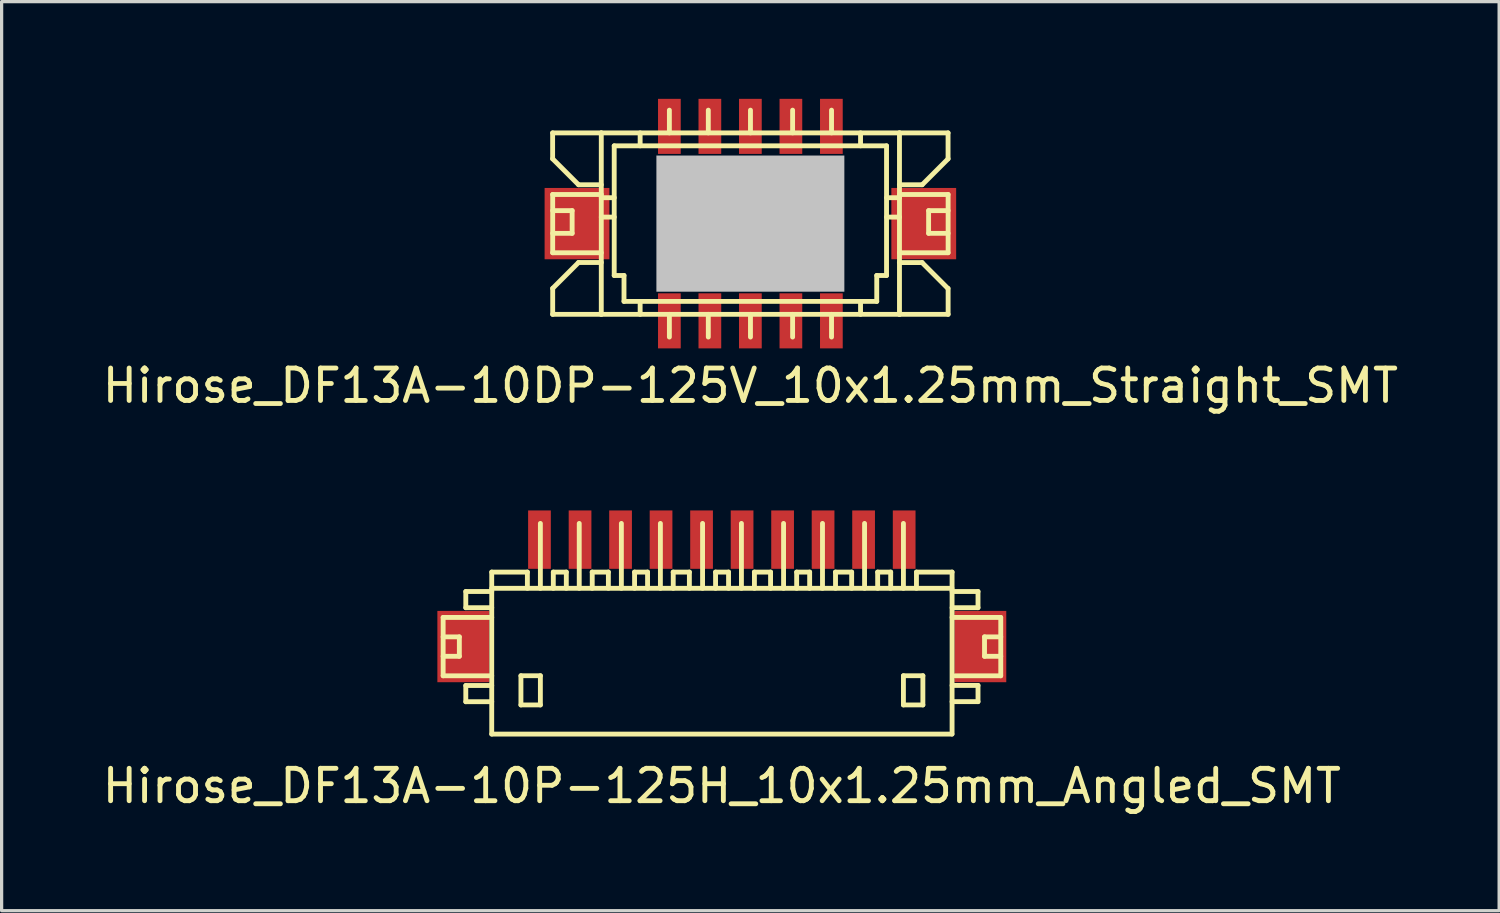
<source format=kicad_pcb>
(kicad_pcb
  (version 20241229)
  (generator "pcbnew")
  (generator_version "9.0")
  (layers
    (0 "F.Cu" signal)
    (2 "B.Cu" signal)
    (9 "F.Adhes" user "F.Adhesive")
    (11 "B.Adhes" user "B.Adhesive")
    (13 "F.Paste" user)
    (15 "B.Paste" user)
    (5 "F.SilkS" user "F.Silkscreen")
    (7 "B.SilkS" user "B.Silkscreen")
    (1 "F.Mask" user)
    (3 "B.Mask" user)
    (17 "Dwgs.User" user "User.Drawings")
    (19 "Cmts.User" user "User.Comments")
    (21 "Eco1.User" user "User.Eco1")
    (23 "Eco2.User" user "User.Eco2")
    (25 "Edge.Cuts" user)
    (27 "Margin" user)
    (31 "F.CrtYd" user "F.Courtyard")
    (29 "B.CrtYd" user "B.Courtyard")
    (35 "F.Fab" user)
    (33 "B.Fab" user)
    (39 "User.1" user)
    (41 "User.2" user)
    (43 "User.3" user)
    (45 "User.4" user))
  (footprint "Hirose_DF13A-10P-125H_10x1.25mm_Angled_SMT"
    (layer "F.Cu")
    (at 19.22 17.099)
    (property "Reference" "Hirose_DF13A-10P-125H_10x1.25mm_Angled_SMT" (at 0 4.1 0) (layer "F.SilkS") (effects (font (size 1 1) (thickness 0.15))))
    (attr smd)
    (fp_line (start -8.598 -1.1) (end -8.598 0.701) (stroke (width 0.15) (type solid)) (layer "F.SilkS"))
    (fp_line (start -8.598 0.701) (end -7.099 0.701) (stroke (width 0.15) (type solid)) (layer "F.SilkS"))
    (fp_line (start -8.098 -0.5) (end -8.598 -0.5) (stroke (width 0.15) (type solid)) (layer "F.SilkS"))
    (fp_line (start -8.098 0.099) (end -8.598 0.099) (stroke (width 0.15) (type solid)) (layer "F.SilkS"))
    (fp_line (start -8.098 0.099) (end -8.098 -0.5) (stroke (width 0.15) (type solid)) (layer "F.SilkS"))
    (fp_line (start -7.899 -1.9) (end -7.899 -1.4) (stroke (width 0.15) (type solid)) (layer "F.SilkS"))
    (fp_line (start -7.899 -1.9) (end -7.099 -1.9) (stroke (width 0.15) (type solid)) (layer "F.SilkS"))
    (fp_line (start -7.899 1.001) (end -7.899 1.501) (stroke (width 0.15) (type solid)) (layer "F.SilkS"))
    (fp_line (start -7.899 1.501) (end -7.099 1.501) (stroke (width 0.15) (type solid)) (layer "F.SilkS"))
    (fp_line (start -7.099 -1.999) (end 7.099 -1.999) (stroke (width 0.15) (type solid)) (layer "F.SilkS"))
    (fp_line (start -7.099 -1.4) (end -7.899 -1.4) (stroke (width 0.15) (type solid)) (layer "F.SilkS"))
    (fp_line (start -7.099 -1.1) (end -8.598 -1.1) (stroke (width 0.15) (type solid)) (layer "F.SilkS"))
    (fp_line (start -7.099 1.001) (end -7.899 1.001) (stroke (width 0.15) (type solid)) (layer "F.SilkS"))
    (fp_line (start -7.099 2.499) (end -7.099 -2.499) (stroke (width 0.15) (type solid)) (layer "F.SilkS"))
    (fp_line (start -7.099 2.499) (end 7.099 2.499) (stroke (width 0.15) (type solid)) (layer "F.SilkS"))
    (fp_line (start -6.198 0.699) (end -6.198 1.6) (stroke (width 0.15) (type solid)) (layer "F.SilkS"))
    (fp_line (start -6.198 1.6) (end -5.598 1.6) (stroke (width 0.15) (type solid)) (layer "F.SilkS"))
    (fp_line (start -5.999 -2.499) (end -7.099 -2.499) (stroke (width 0.15) (type solid)) (layer "F.SilkS"))
    (fp_line (start -5.999 -2.499) (end -5.999 -1.999) (stroke (width 0.15) (type solid)) (layer "F.SilkS"))
    (fp_line (start -5.598 -4) (end -5.598 -1.999) (stroke (width 0.15) (type solid)) (layer "F.SilkS"))
    (fp_line (start -5.598 0.699) (end -6.198 0.699) (stroke (width 0.15) (type solid)) (layer "F.SilkS"))
    (fp_line (start -5.598 1.6) (end -5.598 0.699) (stroke (width 0.15) (type solid)) (layer "F.SilkS"))
    (fp_line (start -5.199 -2.499) (end -5.199 -1.999) (stroke (width 0.15) (type solid)) (layer "F.SilkS"))
    (fp_line (start -4.798 -2.499) (end -5.199 -2.499) (stroke (width 0.15) (type solid)) (layer "F.SilkS"))
    (fp_line (start -4.798 -2.499) (end -4.798 -1.999) (stroke (width 0.15) (type solid)) (layer "F.SilkS"))
    (fp_line (start -4.399 -1.999) (end -4.399 -4) (stroke (width 0.15) (type solid)) (layer "F.SilkS"))
    (fp_line (start -4 -2.499) (end -3.5 -2.499) (stroke (width 0.15) (type solid)) (layer "F.SilkS"))
    (fp_line (start -3.998 -1.999) (end -3.998 -2.499) (stroke (width 0.15) (type solid)) (layer "F.SilkS"))
    (fp_line (start -3.5 -2.499) (end -3.5 -1.999) (stroke (width 0.15) (type solid)) (layer "F.SilkS"))
    (fp_line (start -3.099 -1.999) (end -3.099 -4) (stroke (width 0.15) (type solid)) (layer "F.SilkS"))
    (fp_line (start -2.692 -2.499) (end -2.692 -1.999) (stroke (width 0.15) (type solid)) (layer "F.SilkS"))
    (fp_line (start -2.291 -2.499) (end -2.692 -2.499) (stroke (width 0.15) (type solid)) (layer "F.SilkS"))
    (fp_line (start -2.291 -2.499) (end -2.291 -1.999) (stroke (width 0.15) (type solid)) (layer "F.SilkS"))
    (fp_line (start -1.895 -1.999) (end -1.895 -4) (stroke (width 0.15) (type solid)) (layer "F.SilkS"))
    (fp_line (start -1.501 -2.499) (end -1.001 -2.499) (stroke (width 0.15) (type solid)) (layer "F.SilkS"))
    (fp_line (start -1.499 -1.999) (end -1.499 -2.499) (stroke (width 0.15) (type solid)) (layer "F.SilkS"))
    (fp_line (start -1.001 -2.499) (end -1.001 -1.999) (stroke (width 0.15) (type solid)) (layer "F.SilkS"))
    (fp_line (start -0.594 -1.999) (end -0.594 -4) (stroke (width 0.15) (type solid)) (layer "F.SilkS"))
    (fp_line (start -0.193 -2.499) (end -0.193 -1.999) (stroke (width 0.15) (type solid)) (layer "F.SilkS"))
    (fp_line (start 0.208 -2.499) (end -0.193 -2.499) (stroke (width 0.15) (type solid)) (layer "F.SilkS"))
    (fp_line (start 0.208 -2.499) (end 0.208 -1.999) (stroke (width 0.15) (type solid)) (layer "F.SilkS"))
    (fp_line (start 0.605 -1.999) (end 0.605 -4) (stroke (width 0.15) (type solid)) (layer "F.SilkS"))
    (fp_line (start 1.003 -2.499) (end 1.504 -2.499) (stroke (width 0.15) (type solid)) (layer "F.SilkS"))
    (fp_line (start 1.006 -1.999) (end 1.006 -2.499) (stroke (width 0.15) (type solid)) (layer "F.SilkS"))
    (fp_line (start 1.504 -2.499) (end 1.504 -1.999) (stroke (width 0.15) (type solid)) (layer "F.SilkS"))
    (fp_line (start 1.905 -1.999) (end 1.905 -4) (stroke (width 0.15) (type solid)) (layer "F.SilkS"))
    (fp_line (start 2.309 -2.499) (end 2.309 -1.999) (stroke (width 0.15) (type solid)) (layer "F.SilkS"))
    (fp_line (start 2.71 -2.499) (end 2.309 -2.499) (stroke (width 0.15) (type solid)) (layer "F.SilkS"))
    (fp_line (start 2.71 -2.499) (end 2.71 -1.999) (stroke (width 0.15) (type solid)) (layer "F.SilkS"))
    (fp_line (start 3.106 -1.999) (end 3.106 -4) (stroke (width 0.15) (type solid)) (layer "F.SilkS"))
    (fp_line (start 3.505 -2.499) (end 4.006 -2.499) (stroke (width 0.15) (type solid)) (layer "F.SilkS"))
    (fp_line (start 3.508 -1.999) (end 3.508 -2.499) (stroke (width 0.15) (type solid)) (layer "F.SilkS"))
    (fp_line (start 4.006 -2.499) (end 4.006 -1.999) (stroke (width 0.15) (type solid)) (layer "F.SilkS"))
    (fp_line (start 4.404 -1.999) (end 4.404 -4) (stroke (width 0.15) (type solid)) (layer "F.SilkS"))
    (fp_line (start 4.808 -2.499) (end 4.808 -1.999) (stroke (width 0.15) (type solid)) (layer "F.SilkS"))
    (fp_line (start 5.21 -2.499) (end 4.808 -2.499) (stroke (width 0.15) (type solid)) (layer "F.SilkS"))
    (fp_line (start 5.21 -2.499) (end 5.21 -1.999) (stroke (width 0.15) (type solid)) (layer "F.SilkS"))
    (fp_line (start 5.603 -1.999) (end 5.603 -4) (stroke (width 0.15) (type solid)) (layer "F.SilkS"))
    (fp_line (start 5.603 0.699) (end 6.203 0.699) (stroke (width 0.15) (type solid)) (layer "F.SilkS"))
    (fp_line (start 5.603 1.6) (end 5.603 0.699) (stroke (width 0.15) (type solid)) (layer "F.SilkS"))
    (fp_line (start 6.005 -2.499) (end 6.005 -1.999) (stroke (width 0.15) (type solid)) (layer "F.SilkS"))
    (fp_line (start 6.203 0.699) (end 6.203 1.6) (stroke (width 0.15) (type solid)) (layer "F.SilkS"))
    (fp_line (start 6.203 1.6) (end 5.603 1.6) (stroke (width 0.15) (type solid)) (layer "F.SilkS"))
    (fp_line (start 7.104 -2.499) (end 6.005 -2.499) (stroke (width 0.15) (type solid)) (layer "F.SilkS"))
    (fp_line (start 7.104 -2.499) (end 7.104 2.499) (stroke (width 0.15) (type solid)) (layer "F.SilkS"))
    (fp_line (start 7.104 -1.9) (end 7.904 -1.9) (stroke (width 0.15) (type solid)) (layer "F.SilkS"))
    (fp_line (start 7.104 0.998) (end 7.904 0.998) (stroke (width 0.15) (type solid)) (layer "F.SilkS"))
    (fp_line (start 7.904 -1.9) (end 7.904 -1.4) (stroke (width 0.15) (type solid)) (layer "F.SilkS"))
    (fp_line (start 7.904 -1.4) (end 7.104 -1.4) (stroke (width 0.15) (type solid)) (layer "F.SilkS"))
    (fp_line (start 7.904 0.998) (end 7.904 1.499) (stroke (width 0.15) (type solid)) (layer "F.SilkS"))
    (fp_line (start 7.904 1.499) (end 7.104 1.499) (stroke (width 0.15) (type solid)) (layer "F.SilkS"))
    (fp_line (start 8.105 0.099) (end 8.105 -0.5) (stroke (width 0.15) (type solid)) (layer "F.SilkS"))
    (fp_line (start 8.603 -1.1) (end 7.104 -1.1) (stroke (width 0.15) (type solid)) (layer "F.SilkS"))
    (fp_line (start 8.603 0.701) (end 7.203 0.701) (stroke (width 0.15) (type solid)) (layer "F.SilkS"))
    (fp_line (start 8.606 -1.1) (end 8.606 0.701) (stroke (width 0.15) (type solid)) (layer "F.SilkS"))
    (fp_line (start 8.606 -0.5) (end 8.105 -0.5) (stroke (width 0.15) (type solid)) (layer "F.SilkS"))
    (fp_line (start 8.606 0.099) (end 8.105 0.099) (stroke (width 0.15) (type solid)) (layer "F.SilkS"))
    (pad "" smd rect (at -7.976 -0.201) (size 1.6 2.2) (layers "F.Cu" "F.Mask" "F.Paste"))
    (pad "" smd rect (at 7.976 -0.201) (size 1.6 2.2) (layers "F.Cu" "F.Mask" "F.Paste"))
    (pad "1" smd rect (at 5.626 -3.5) (size 0.701 1.801) (layers "F.Cu" "F.Mask" "F.Paste"))
    (pad "2" smd rect (at 4.374 -3.5) (size 0.701 1.801) (layers "F.Cu" "F.Mask" "F.Paste"))
    (pad "3" smd rect (at 3.124 -3.5) (size 0.701 1.801) (layers "F.Cu" "F.Mask" "F.Paste"))
    (pad "4" smd rect (at 1.875 -3.5) (size 0.701 1.801) (layers "F.Cu" "F.Mask" "F.Paste"))
    (pad "5" smd rect (at 0.625 -3.5) (size 0.701 1.801) (layers "F.Cu" "F.Mask" "F.Paste"))
    (pad "6" smd rect (at -0.625 -3.5) (size 0.701 1.801) (layers "F.Cu" "F.Mask" "F.Paste"))
    (pad "7" smd rect (at -1.875 -3.5) (size 0.701 1.801) (layers "F.Cu" "F.Mask" "F.Paste"))
    (pad "8" smd rect (at -3.124 -3.5) (size 0.701 1.801) (layers "F.Cu" "F.Mask" "F.Paste"))
    (pad "9" smd rect (at -4.374 -3.5) (size 0.701 1.801) (layers "F.Cu" "F.Mask" "F.Paste"))
    (pad "10" smd rect (at -5.626 -3.5) (size 0.701 1.801) (layers "F.Cu" "F.Mask" "F.Paste")))
  (footprint "Hirose_DF13A-10DP-125V_10x1.25mm_Straight_SMT"
    (layer "F.Cu")
    (at 20.101 3.849)
    (property "Reference" "Hirose_DF13A-10DP-125V_10x1.25mm_Straight_SMT" (at 0 5.001 0) (layer "F.SilkS") (effects (font (size 1 1) (thickness 0.15))))
    (attr smd)
    (fp_line (start -6.101 -2.799) (end -6.101 -1.999) (stroke (width 0.15) (type solid)) (layer "F.SilkS"))
    (fp_line (start -6.101 -1.999) (end -5.301 -1.199) (stroke (width 0.15) (type solid)) (layer "F.SilkS"))
    (fp_line (start -6.101 -0.899) (end -4.6 -0.899) (stroke (width 0.15) (type solid)) (layer "F.SilkS"))
    (fp_line (start -6.101 0.899) (end -4.6 0.899) (stroke (width 0.15) (type solid)) (layer "F.SilkS"))
    (fp_line (start -6.101 2.799) (end -4.6 2.799) (stroke (width 0.15) (type solid)) (layer "F.SilkS"))
    (fp_line (start -6.099 -0.401) (end -5.499 -0.401) (stroke (width 0.15) (type solid)) (layer "F.SilkS"))
    (fp_line (start -6.099 0.899) (end -6.099 -0.899) (stroke (width 0.15) (type solid)) (layer "F.SilkS"))
    (fp_line (start -6.099 2.799) (end -6.099 1.999) (stroke (width 0.15) (type solid)) (layer "F.SilkS"))
    (fp_line (start -5.499 -0.401) (end -5.499 0.3) (stroke (width 0.15) (type solid)) (layer "F.SilkS"))
    (fp_line (start -5.499 0.3) (end -6.099 0.3) (stroke (width 0.15) (type solid)) (layer "F.SilkS"))
    (fp_line (start -5.301 -1.199) (end -4.6 -1.199) (stroke (width 0.15) (type solid)) (layer "F.SilkS"))
    (fp_line (start -5.301 1.199) (end -6.101 1.999) (stroke (width 0.15) (type solid)) (layer "F.SilkS"))
    (fp_line (start -4.6 -2.799) (end -6.101 -2.799) (stroke (width 0.15) (type solid)) (layer "F.SilkS"))
    (fp_line (start -4.6 -2.799) (end -4.6 2.799) (stroke (width 0.15) (type solid)) (layer "F.SilkS"))
    (fp_line (start -4.6 -0.8) (end -4.199 -0.8) (stroke (width 0.15) (type solid)) (layer "F.SilkS"))
    (fp_line (start -4.6 -0.201) (end -4.199 -0.201) (stroke (width 0.15) (type solid)) (layer "F.SilkS"))
    (fp_line (start -4.6 1.199) (end -5.301 1.199) (stroke (width 0.15) (type solid)) (layer "F.SilkS"))
    (fp_line (start -4.6 2.799) (end 4.6 2.799) (stroke (width 0.15) (type solid)) (layer "F.SilkS"))
    (fp_line (start -4.201 -2.4) (end 4.201 -2.4) (stroke (width 0.15) (type solid)) (layer "F.SilkS"))
    (fp_line (start -4.201 1.6) (end -4.201 -2.4) (stroke (width 0.15) (type solid)) (layer "F.SilkS"))
    (fp_line (start -3.899 1.6) (end -4.201 1.6) (stroke (width 0.15) (type solid)) (layer "F.SilkS"))
    (fp_line (start -3.899 2.4) (end -3.899 1.6) (stroke (width 0.15) (type solid)) (layer "F.SilkS"))
    (fp_line (start -3.401 -2.799) (end -3.401 -2.4) (stroke (width 0.15) (type solid)) (layer "F.SilkS"))
    (fp_line (start -3.401 2.4) (end -3.401 2.799) (stroke (width 0.15) (type solid)) (layer "F.SilkS"))
    (fp_line (start -2.598 -0.701) (end -2.598 -0.5) (stroke (width 0.15) (type solid)) (layer "F.SilkS"))
    (fp_line (start -2.598 -0.5) (end -2.398 -0.5) (stroke (width 0.15) (type solid)) (layer "F.SilkS"))
    (fp_line (start -2.598 0.498) (end -2.598 0.699) (stroke (width 0.15) (type solid)) (layer "F.SilkS"))
    (fp_line (start -2.598 0.699) (end -2.398 0.699) (stroke (width 0.15) (type solid)) (layer "F.SilkS"))
    (fp_line (start -2.499 -3.5) (end -2.499 -2.799) (stroke (width 0.15) (type solid)) (layer "F.SilkS"))
    (fp_line (start -2.499 2.799) (end -2.499 3.5) (stroke (width 0.15) (type solid)) (layer "F.SilkS"))
    (fp_line (start -2.398 -0.701) (end -2.598 -0.701) (stroke (width 0.15) (type solid)) (layer "F.SilkS"))
    (fp_line (start -2.398 -0.5) (end -2.398 -0.701) (stroke (width 0.15) (type solid)) (layer "F.SilkS"))
    (fp_line (start -2.398 0.498) (end -2.598 0.498) (stroke (width 0.15) (type solid)) (layer "F.SilkS"))
    (fp_line (start -2.398 0.699) (end -2.398 0.498) (stroke (width 0.15) (type solid)) (layer "F.SilkS"))
    (fp_line (start -1.298 -3.5) (end -1.298 -2.799) (stroke (width 0.15) (type solid)) (layer "F.SilkS"))
    (fp_line (start -1.298 -0.699) (end -1.1 -0.699) (stroke (width 0.15) (type solid)) (layer "F.SilkS"))
    (fp_line (start -1.298 -0.5) (end -1.298 -0.699) (stroke (width 0.15) (type solid)) (layer "F.SilkS"))
    (fp_line (start -1.298 0.5) (end -1.1 0.5) (stroke (width 0.15) (type solid)) (layer "F.SilkS"))
    (fp_line (start -1.298 0.699) (end -1.298 0.5) (stroke (width 0.15) (type solid)) (layer "F.SilkS"))
    (fp_line (start -1.298 2.799) (end -1.298 3.5) (stroke (width 0.15) (type solid)) (layer "F.SilkS"))
    (fp_line (start -1.1 -0.699) (end -1.1 -0.5) (stroke (width 0.15) (type solid)) (layer "F.SilkS"))
    (fp_line (start -1.1 -0.5) (end -1.298 -0.5) (stroke (width 0.15) (type solid)) (layer "F.SilkS"))
    (fp_line (start -1.1 0.5) (end -1.1 0.699) (stroke (width 0.15) (type solid)) (layer "F.SilkS"))
    (fp_line (start -1.1 0.699) (end -1.298 0.699) (stroke (width 0.15) (type solid)) (layer "F.SilkS"))
    (fp_line (start -0.099 -0.699) (end 0.099 -0.699) (stroke (width 0.15) (type solid)) (layer "F.SilkS"))
    (fp_line (start -0.099 -0.5) (end -0.099 -0.699) (stroke (width 0.15) (type solid)) (layer "F.SilkS"))
    (fp_line (start -0.099 0.5) (end 0.099 0.5) (stroke (width 0.15) (type solid)) (layer "F.SilkS"))
    (fp_line (start -0.099 0.699) (end -0.099 0.5) (stroke (width 0.15) (type solid)) (layer "F.SilkS"))
    (fp_line (start 0.003 -3.5) (end 0.003 -2.799) (stroke (width 0.15) (type solid)) (layer "F.SilkS"))
    (fp_line (start 0.003 2.799) (end 0.003 3.5) (stroke (width 0.15) (type solid)) (layer "F.SilkS"))
    (fp_line (start 0.099 -0.699) (end 0.099 -0.5) (stroke (width 0.15) (type solid)) (layer "F.SilkS"))
    (fp_line (start 0.099 -0.5) (end -0.099 -0.5) (stroke (width 0.15) (type solid)) (layer "F.SilkS"))
    (fp_line (start 0.099 0.5) (end 0.099 0.699) (stroke (width 0.15) (type solid)) (layer "F.SilkS"))
    (fp_line (start 0.099 0.699) (end -0.099 0.699) (stroke (width 0.15) (type solid)) (layer "F.SilkS"))
    (fp_line (start 1.1 -0.699) (end 1.298 -0.699) (stroke (width 0.15) (type solid)) (layer "F.SilkS"))
    (fp_line (start 1.1 -0.5) (end 1.1 -0.699) (stroke (width 0.15) (type solid)) (layer "F.SilkS"))
    (fp_line (start 1.1 0.5) (end 1.298 0.5) (stroke (width 0.15) (type solid)) (layer "F.SilkS"))
    (fp_line (start 1.1 0.699) (end 1.1 0.5) (stroke (width 0.15) (type solid)) (layer "F.SilkS"))
    (fp_line (start 1.298 -0.699) (end 1.298 -0.5) (stroke (width 0.15) (type solid)) (layer "F.SilkS"))
    (fp_line (start 1.298 -0.5) (end 1.1 -0.5) (stroke (width 0.15) (type solid)) (layer "F.SilkS"))
    (fp_line (start 1.298 0.5) (end 1.298 0.699) (stroke (width 0.15) (type solid)) (layer "F.SilkS"))
    (fp_line (start 1.298 0.699) (end 1.1 0.699) (stroke (width 0.15) (type solid)) (layer "F.SilkS"))
    (fp_line (start 1.303 -3.5) (end 1.303 -2.799) (stroke (width 0.15) (type solid)) (layer "F.SilkS"))
    (fp_line (start 1.303 2.799) (end 1.303 3.5) (stroke (width 0.15) (type solid)) (layer "F.SilkS"))
    (fp_line (start 2.403 -0.701) (end 2.603 -0.701) (stroke (width 0.15) (type solid)) (layer "F.SilkS"))
    (fp_line (start 2.403 -0.5) (end 2.403 -0.701) (stroke (width 0.15) (type solid)) (layer "F.SilkS"))
    (fp_line (start 2.403 0.498) (end 2.603 0.498) (stroke (width 0.15) (type solid)) (layer "F.SilkS"))
    (fp_line (start 2.403 0.699) (end 2.403 0.498) (stroke (width 0.15) (type solid)) (layer "F.SilkS"))
    (fp_line (start 2.504 -3.5) (end 2.504 -2.799) (stroke (width 0.15) (type solid)) (layer "F.SilkS"))
    (fp_line (start 2.504 2.799) (end 2.504 3.5) (stroke (width 0.15) (type solid)) (layer "F.SilkS"))
    (fp_line (start 2.603 -0.701) (end 2.603 -0.5) (stroke (width 0.15) (type solid)) (layer "F.SilkS"))
    (fp_line (start 2.603 -0.5) (end 2.403 -0.5) (stroke (width 0.15) (type solid)) (layer "F.SilkS"))
    (fp_line (start 2.603 0.498) (end 2.603 0.699) (stroke (width 0.15) (type solid)) (layer "F.SilkS"))
    (fp_line (start 2.603 0.699) (end 2.403 0.699) (stroke (width 0.15) (type solid)) (layer "F.SilkS"))
    (fp_line (start 3.399 -2.799) (end 3.399 -2.4) (stroke (width 0.15) (type solid)) (layer "F.SilkS"))
    (fp_line (start 3.399 2.4) (end 3.399 2.799) (stroke (width 0.15) (type solid)) (layer "F.SilkS"))
    (fp_line (start 3.899 1.6) (end 3.899 2.4) (stroke (width 0.15) (type solid)) (layer "F.SilkS"))
    (fp_line (start 3.899 2.4) (end -3.899 2.4) (stroke (width 0.15) (type solid)) (layer "F.SilkS"))
    (fp_line (start 4.201 -2.4) (end 4.201 1.6) (stroke (width 0.15) (type solid)) (layer "F.SilkS"))
    (fp_line (start 4.201 -0.201) (end 4.602 -0.201) (stroke (width 0.15) (type solid)) (layer "F.SilkS"))
    (fp_line (start 4.201 1.6) (end 3.899 1.6) (stroke (width 0.15) (type solid)) (layer "F.SilkS"))
    (fp_line (start 4.597 -1.199) (end 5.298 -1.199) (stroke (width 0.15) (type solid)) (layer "F.SilkS"))
    (fp_line (start 4.597 1.201) (end 5.298 1.201) (stroke (width 0.15) (type solid)) (layer "F.SilkS"))
    (fp_line (start 4.6 -2.799) (end -4.6 -2.799) (stroke (width 0.15) (type solid)) (layer "F.SilkS"))
    (fp_line (start 4.6 2.799) (end 4.6 -2.799) (stroke (width 0.15) (type solid)) (layer "F.SilkS"))
    (fp_line (start 4.6 2.799) (end 6.101 2.799) (stroke (width 0.15) (type solid)) (layer "F.SilkS"))
    (fp_line (start 4.602 -0.8) (end 4.201 -0.8) (stroke (width 0.15) (type solid)) (layer "F.SilkS"))
    (fp_line (start 5.296 1.201) (end 6.096 2.002) (stroke (width 0.15) (type solid)) (layer "F.SilkS"))
    (fp_line (start 5.301 -1.199) (end 6.101 -1.999) (stroke (width 0.15) (type solid)) (layer "F.SilkS"))
    (fp_line (start 5.499 -0.401) (end 5.499 0.3) (stroke (width 0.15) (type solid)) (layer "F.SilkS"))
    (fp_line (start 5.502 -0.401) (end 6.101 -0.401) (stroke (width 0.15) (type solid)) (layer "F.SilkS"))
    (fp_line (start 5.502 0.3) (end 6.101 0.3) (stroke (width 0.15) (type solid)) (layer "F.SilkS"))
    (fp_line (start 6.099 -2.799) (end 4.597 -2.799) (stroke (width 0.15) (type solid)) (layer "F.SilkS"))
    (fp_line (start 6.099 -2.799) (end 6.099 -1.999) (stroke (width 0.15) (type solid)) (layer "F.SilkS"))
    (fp_line (start 6.099 -0.899) (end 4.6 -0.899) (stroke (width 0.15) (type solid)) (layer "F.SilkS"))
    (fp_line (start 6.099 0.899) (end 4.6 0.899) (stroke (width 0.15) (type solid)) (layer "F.SilkS"))
    (fp_line (start 6.101 -0.899) (end 6.101 0.899) (stroke (width 0.15) (type solid)) (layer "F.SilkS"))
    (fp_line (start 6.101 2.799) (end 6.101 1.999) (stroke (width 0.15) (type solid)) (layer "F.SilkS"))
    (pad "" smd rect (at -5.349 0) (size 1.999 2.2) (layers "F.Cu" "F.Mask" "F.Paste"))
    (pad "" smd rect (at 0 0) (size 5.799 4.201) (layers "Dwgs.User"))
    (pad "" smd rect (at 5.349 0) (size 1.999 2.2) (layers "F.Cu" "F.Mask" "F.Paste"))
    (pad "1" smd rect (at -2.499 -3) (size 0.701 1.699) (layers "F.Cu" "F.Mask" "F.Paste"))
    (pad "2" smd rect (at -2.499 3) (size 0.701 1.699) (layers "F.Cu" "F.Mask" "F.Paste"))
    (pad "3" smd rect (at -1.25 -3) (size 0.701 1.699) (layers "F.Cu" "F.Mask" "F.Paste"))
    (pad "3" smd rect (at -1.25 3) (size 0.701 1.699) (layers "F.Cu" "F.Mask" "F.Paste"))
    (pad "4" smd rect (at 0 3) (size 0.701 1.699) (layers "F.Cu" "F.Mask" "F.Paste"))
    (pad "5" smd rect (at 0 -3) (size 0.701 1.699) (layers "F.Cu" "F.Mask" "F.Paste"))
    (pad "5" smd rect (at 1.25 3) (size 0.701 1.699) (layers "F.Cu" "F.Mask" "F.Paste"))
    (pad "6" smd rect (at 2.499 3) (size 0.701 1.699) (layers "F.Cu" "F.Mask" "F.Paste"))
    (pad "7" smd rect (at 1.25 -3) (size 0.701 1.699) (layers "F.Cu" "F.Mask" "F.Paste"))
    (pad "9" smd rect (at 2.499 -3) (size 0.701 1.699) (layers "F.Cu" "F.Mask" "F.Paste")))
  (gr_rect
    (start -3 -3)
    (end 43.202 25.047)
    (stroke (width 0.1) (type default))
    (fill no)
    (layer "Edge.Cuts")))
</source>
